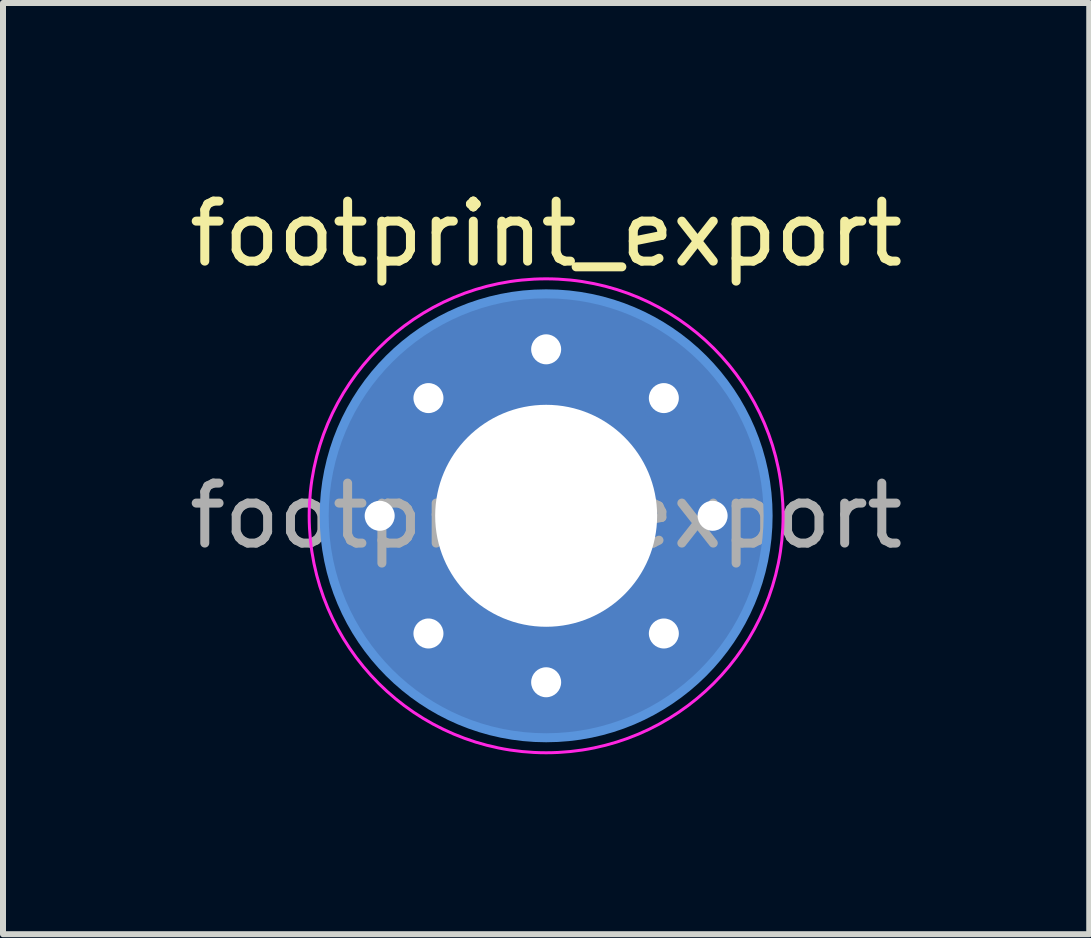
<source format=kicad_pcb>
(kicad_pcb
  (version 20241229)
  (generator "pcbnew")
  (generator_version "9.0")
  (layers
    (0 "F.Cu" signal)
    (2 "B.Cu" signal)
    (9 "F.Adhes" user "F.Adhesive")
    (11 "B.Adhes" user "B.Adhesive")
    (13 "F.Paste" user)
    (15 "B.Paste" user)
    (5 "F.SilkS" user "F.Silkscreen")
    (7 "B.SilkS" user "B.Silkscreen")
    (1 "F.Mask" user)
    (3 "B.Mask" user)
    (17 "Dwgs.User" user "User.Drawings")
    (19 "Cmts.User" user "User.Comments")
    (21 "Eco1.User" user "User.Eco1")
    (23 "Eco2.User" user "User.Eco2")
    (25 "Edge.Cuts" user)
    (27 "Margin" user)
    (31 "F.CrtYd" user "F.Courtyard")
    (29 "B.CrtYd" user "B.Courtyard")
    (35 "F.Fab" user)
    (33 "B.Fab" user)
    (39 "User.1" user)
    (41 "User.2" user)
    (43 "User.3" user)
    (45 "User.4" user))
  (footprint "footprint_export"
    (layer "F.Cu")
    (at 6.054 5.548)
    (property "Reference" "footprint_export" (at 0 -4.7 0) (layer "F.SilkS") (effects (font (size 1 1) (thickness 0.15))))
    (attr exclude_from_pos_files exclude_from_bom)
    (fp_circle (center 0 0) (end 3.7 0) (stroke (width 0.15) (type solid)) (fill no) (layer "Cmts.User"))
    (fp_circle (center 0 0) (end 3.95 0) (stroke (width 0.05) (type solid)) (fill no) (layer "F.CrtYd"))
    (fp_text user "${REFERENCE}" (at 0 0 0) (layer "F.Fab") (effects (font (size 1 1) (thickness 0.15))))
    (pad "1" thru_hole circle (at -2.775 0) (size 0.8 0.8) (drill 0.5) (layers "*.Cu" "*.Mask"))
    (pad "1" thru_hole circle (at -1.962 -1.962) (size 0.8 0.8) (drill 0.5) (layers "*.Cu" "*.Mask"))
    (pad "1" thru_hole circle (at -1.962 1.962) (size 0.8 0.8) (drill 0.5) (layers "*.Cu" "*.Mask"))
    (pad "1" thru_hole circle (at 0 -2.775) (size 0.8 0.8) (drill 0.5) (layers "*.Cu" "*.Mask"))
    (pad "1" thru_hole circle (at 0 0) (size 7.4 7.4) (drill 3.7) (layers "*.Cu" "*.Mask"))
    (pad "1" thru_hole circle (at 0 2.775) (size 0.8 0.8) (drill 0.5) (layers "*.Cu" "*.Mask"))
    (pad "1" thru_hole circle (at 1.962 -1.962) (size 0.8 0.8) (drill 0.5) (layers "*.Cu" "*.Mask"))
    (pad "1" thru_hole circle (at 1.962 1.962) (size 0.8 0.8) (drill 0.5) (layers "*.Cu" "*.Mask"))
    (pad "1" thru_hole circle (at 2.775 0) (size 0.8 0.8) (drill 0.5) (layers "*.Cu" "*.Mask")))
  (gr_rect
    (start -3 -3)
    (end 15.107 12.523)
    (stroke (width 0.1) (type default))
    (fill no)
    (layer "Edge.Cuts")))
</source>
